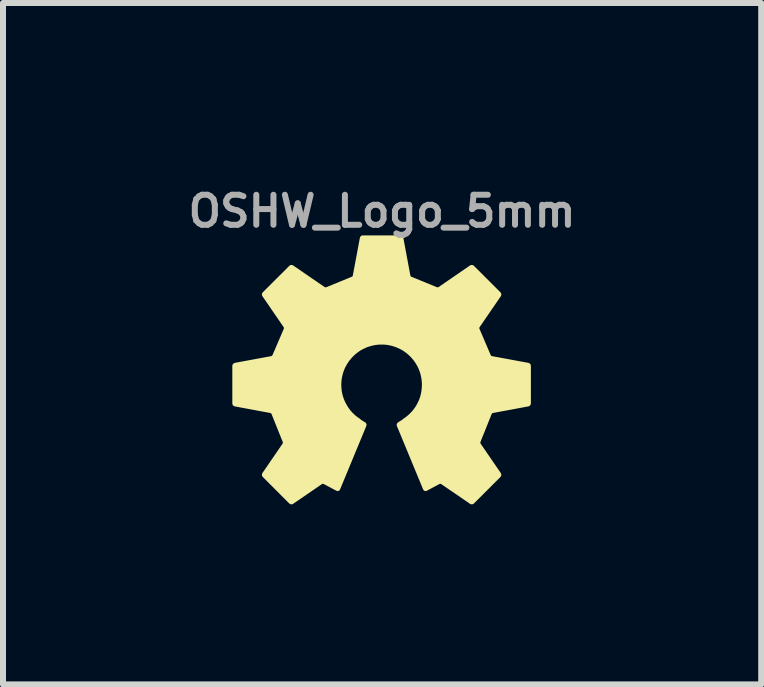
<source format=kicad_pcb>
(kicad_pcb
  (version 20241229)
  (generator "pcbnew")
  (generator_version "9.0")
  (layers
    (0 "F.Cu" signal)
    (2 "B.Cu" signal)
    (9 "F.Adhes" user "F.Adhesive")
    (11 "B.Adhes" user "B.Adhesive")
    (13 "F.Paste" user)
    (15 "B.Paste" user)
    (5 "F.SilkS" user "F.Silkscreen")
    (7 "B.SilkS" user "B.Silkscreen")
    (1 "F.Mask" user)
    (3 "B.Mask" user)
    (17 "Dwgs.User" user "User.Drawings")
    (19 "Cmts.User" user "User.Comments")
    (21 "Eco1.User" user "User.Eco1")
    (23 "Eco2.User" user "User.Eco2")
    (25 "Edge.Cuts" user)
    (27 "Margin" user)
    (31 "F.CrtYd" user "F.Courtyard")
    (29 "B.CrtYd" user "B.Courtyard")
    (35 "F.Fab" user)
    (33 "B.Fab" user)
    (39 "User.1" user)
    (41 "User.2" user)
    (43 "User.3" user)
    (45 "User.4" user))
  (footprint "OSHW_Logo_5mm"
    (layer "F.Cu")
    (at 3.314 3.368)
    (property "Reference" "OSHW_Logo_5mm" (at 0 -2.9 0) (layer "F.Fab") (effects (font (size 0.5 0.5) (thickness 0.1))))
    (attr board_only exclude_from_pos_files exclude_from_bom)
    (fp_poly (pts (xy 0.305 -2.479) (xy 0.307 -2.479) (xy 0.308 -2.479) (xy 0.31 -2.479) (xy 0.311 -2.478) (xy 0.312 -2.478) (xy 0.314 -2.478) (xy 0.315 -2.477) (xy 0.316 -2.477) (xy 0.318 -2.476) (xy 0.319 -2.475) (xy 0.32 -2.475) (xy 0.321 -2.474) (xy 0.323 -2.473) (xy 0.324 -2.472) (xy 0.325 -2.471) (xy 0.326 -2.47) (xy 0.327 -2.469) (xy 0.328 -2.468) (xy 0.329 -2.467) (xy 0.33 -2.466) (xy 0.331 -2.465) (xy 0.332 -2.464) (xy 0.332 -2.463) (xy 0.333 -2.462) (xy 0.334 -2.46) (xy 0.334 -2.459) (xy 0.335 -2.458) (xy 0.335 -2.456) (xy 0.336 -2.455) (xy 0.336 -2.454) (xy 0.336 -2.452) (xy 0.453 -1.826) (xy 0.453 -1.824) (xy 0.454 -1.823) (xy 0.455 -1.82) (xy 0.456 -1.817) (xy 0.457 -1.814) (xy 0.459 -1.812) (xy 0.46 -1.809) (xy 0.462 -1.806) (xy 0.464 -1.804) (xy 0.466 -1.802) (xy 0.469 -1.799) (xy 0.471 -1.797) (xy 0.474 -1.795) (xy 0.476 -1.794) (xy 0.479 -1.792) (xy 0.48 -1.792) (xy 0.481 -1.791) (xy 0.483 -1.791) (xy 0.484 -1.79) (xy 0.904 -1.618) (xy 0.907 -1.617) (xy 0.91 -1.616) (xy 0.912 -1.615) (xy 0.915 -1.615) (xy 0.919 -1.614) (xy 0.922 -1.614) (xy 0.925 -1.614) (xy 0.928 -1.614) (xy 0.931 -1.614) (xy 0.934 -1.615) (xy 0.938 -1.616) (xy 0.941 -1.616) (xy 0.943 -1.617) (xy 0.946 -1.619) (xy 0.949 -1.62) (xy 0.951 -1.621) (xy 1.475 -1.981) (xy 1.476 -1.982) (xy 1.477 -1.982) (xy 1.479 -1.983) (xy 1.48 -1.984) (xy 1.481 -1.984) (xy 1.483 -1.985) (xy 1.484 -1.985) (xy 1.485 -1.985) (xy 1.487 -1.986) (xy 1.488 -1.986) (xy 1.491 -1.986) (xy 1.494 -1.986) (xy 1.497 -1.986) (xy 1.499 -1.986) (xy 1.502 -1.985) (xy 1.505 -1.984) (xy 1.506 -1.984) (xy 1.508 -1.983) (xy 1.509 -1.983) (xy 1.51 -1.982) (xy 1.511 -1.981) (xy 1.512 -1.981) (xy 1.514 -1.98) (xy 1.515 -1.979) (xy 1.516 -1.978) (xy 1.517 -1.977) (xy 1.958 -1.536) (xy 1.959 -1.535) (xy 1.96 -1.534) (xy 1.961 -1.533) (xy 1.961 -1.532) (xy 1.962 -1.53) (xy 1.963 -1.529) (xy 1.964 -1.527) (xy 1.965 -1.524) (xy 1.966 -1.521) (xy 1.967 -1.518) (xy 1.967 -1.516) (xy 1.967 -1.513) (xy 1.967 -1.51) (xy 1.967 -1.507) (xy 1.966 -1.504) (xy 1.965 -1.502) (xy 1.965 -1.5) (xy 1.964 -1.499) (xy 1.964 -1.498) (xy 1.963 -1.496) (xy 1.963 -1.495) (xy 1.962 -1.494) (xy 1.609 -0.979) (xy 1.607 -0.977) (xy 1.606 -0.974) (xy 1.605 -0.972) (xy 1.604 -0.969) (xy 1.603 -0.966) (xy 1.602 -0.963) (xy 1.602 -0.959) (xy 1.601 -0.956) (xy 1.601 -0.953) (xy 1.601 -0.95) (xy 1.602 -0.947) (xy 1.602 -0.944) (xy 1.603 -0.941) (xy 1.603 -0.938) (xy 1.604 -0.935) (xy 1.606 -0.932) (xy 1.791 -0.499) (xy 1.793 -0.496) (xy 1.794 -0.494) (xy 1.795 -0.491) (xy 1.797 -0.489) (xy 1.799 -0.486) (xy 1.801 -0.484) (xy 1.803 -0.481) (xy 1.806 -0.479) (xy 1.808 -0.477) (xy 1.811 -0.475) (xy 1.813 -0.474) (xy 1.816 -0.472) (xy 1.819 -0.471) (xy 1.822 -0.47) (xy 1.825 -0.469) (xy 1.827 -0.468) (xy 2.433 -0.356) (xy 2.433 -0.356) (xy 2.435 -0.355) (xy 2.436 -0.355) (xy 2.437 -0.354) (xy 2.439 -0.354) (xy 2.44 -0.353) (xy 2.441 -0.353) (xy 2.443 -0.352) (xy 2.444 -0.351) (xy 2.446 -0.35) (xy 2.448 -0.348) (xy 2.45 -0.346) (xy 2.452 -0.344) (xy 2.454 -0.342) (xy 2.456 -0.339) (xy 2.457 -0.337) (xy 2.458 -0.335) (xy 2.458 -0.334) (xy 2.459 -0.333) (xy 2.459 -0.331) (xy 2.459 -0.33) (xy 2.46 -0.329) (xy 2.46 -0.327) (xy 2.46 -0.326) (xy 2.46 -0.325) (xy 2.46 -0.323) (xy 2.46 0.301) (xy 2.46 0.302) (xy 2.46 0.303) (xy 2.46 0.305) (xy 2.46 0.306) (xy 2.459 0.308) (xy 2.459 0.309) (xy 2.458 0.31) (xy 2.458 0.312) (xy 2.457 0.313) (xy 2.457 0.314) (xy 2.456 0.316) (xy 2.456 0.317) (xy 2.455 0.318) (xy 2.454 0.319) (xy 2.453 0.32) (xy 2.452 0.321) (xy 2.451 0.323) (xy 2.45 0.324) (xy 2.449 0.325) (xy 2.448 0.326) (xy 2.447 0.327) (xy 2.446 0.327) (xy 2.445 0.328) (xy 2.444 0.329) (xy 2.442 0.33) (xy 2.441 0.33) (xy 2.44 0.331) (xy 2.439 0.332) (xy 2.437 0.332) (xy 2.436 0.332) (xy 2.435 0.333) (xy 2.433 0.333) (xy 1.842 0.443) (xy 1.841 0.443) (xy 1.839 0.444) (xy 1.838 0.444) (xy 1.837 0.445) (xy 1.834 0.446) (xy 1.831 0.447) (xy 1.828 0.449) (xy 1.826 0.45) (xy 1.823 0.452) (xy 1.821 0.454) (xy 1.818 0.456) (xy 1.816 0.459) (xy 1.814 0.461) (xy 1.812 0.464) (xy 1.811 0.466) (xy 1.809 0.469) (xy 1.808 0.471) (xy 1.807 0.473) (xy 1.807 0.474) (xy 1.622 0.935) (xy 1.621 0.938) (xy 1.62 0.941) (xy 1.62 0.943) (xy 1.619 0.946) (xy 1.619 0.95) (xy 1.618 0.953) (xy 1.618 0.956) (xy 1.619 0.959) (xy 1.619 0.962) (xy 1.619 0.965) (xy 1.62 0.969) (xy 1.621 0.972) (xy 1.622 0.974) (xy 1.623 0.977) (xy 1.624 0.98) (xy 1.626 0.982) (xy 1.962 1.472) (xy 1.963 1.473) (xy 1.963 1.474) (xy 1.964 1.475) (xy 1.964 1.477) (xy 1.965 1.478) (xy 1.965 1.479) (xy 1.966 1.481) (xy 1.966 1.482) (xy 1.967 1.483) (xy 1.967 1.485) (xy 1.967 1.488) (xy 1.967 1.49) (xy 1.967 1.493) (xy 1.967 1.496) (xy 1.966 1.499) (xy 1.965 1.502) (xy 1.965 1.503) (xy 1.964 1.504) (xy 1.964 1.506) (xy 1.963 1.507) (xy 1.962 1.508) (xy 1.961 1.509) (xy 1.961 1.51) (xy 1.96 1.511) (xy 1.959 1.513) (xy 1.958 1.514) (xy 1.517 1.955) (xy 1.516 1.956) (xy 1.515 1.956) (xy 1.514 1.957) (xy 1.512 1.958) (xy 1.511 1.959) (xy 1.51 1.96) (xy 1.507 1.961) (xy 1.505 1.962) (xy 1.502 1.963) (xy 1.499 1.963) (xy 1.497 1.964) (xy 1.494 1.964) (xy 1.491 1.964) (xy 1.488 1.963) (xy 1.485 1.963) (xy 1.482 1.962) (xy 1.481 1.962) (xy 1.48 1.961) (xy 1.479 1.961) (xy 1.477 1.96) (xy 1.476 1.959) (xy 1.475 1.958) (xy 0.994 1.629) (xy 0.992 1.627) (xy 0.989 1.626) (xy 0.986 1.625) (xy 0.984 1.624) (xy 0.981 1.623) (xy 0.978 1.622) (xy 0.974 1.622) (xy 0.971 1.622) (xy 0.968 1.622) (xy 0.965 1.622) (xy 0.962 1.622) (xy 0.959 1.623) (xy 0.956 1.624) (xy 0.953 1.624) (xy 0.951 1.626) (xy 0.948 1.627) (xy 0.736 1.74) (xy 0.735 1.741) (xy 0.734 1.741) (xy 0.732 1.742) (xy 0.731 1.742) (xy 0.73 1.742) (xy 0.728 1.743) (xy 0.727 1.743) (xy 0.726 1.743) (xy 0.725 1.743) (xy 0.723 1.743) (xy 0.722 1.743) (xy 0.721 1.743) (xy 0.719 1.742) (xy 0.718 1.742) (xy 0.717 1.742) (xy 0.716 1.741) (xy 0.715 1.741) (xy 0.713 1.74) (xy 0.712 1.74) (xy 0.711 1.739) (xy 0.71 1.739) (xy 0.709 1.738) (xy 0.708 1.737) (xy 0.707 1.736) (xy 0.706 1.735) (xy 0.705 1.734) (xy 0.705 1.733) (xy 0.704 1.732) (xy 0.703 1.731) (xy 0.702 1.73) (xy 0.702 1.729) (xy 0.701 1.727) (xy 0.264 0.671) (xy 0.264 0.67) (xy 0.263 0.668) (xy 0.263 0.667) (xy 0.263 0.666) (xy 0.262 0.664) (xy 0.262 0.663) (xy 0.262 0.662) (xy 0.262 0.66) (xy 0.262 0.659) (xy 0.262 0.657) (xy 0.262 0.656) (xy 0.262 0.655) (xy 0.263 0.653) (xy 0.263 0.652) (xy 0.263 0.65) (xy 0.264 0.649) (xy 0.264 0.648) (xy 0.265 0.646) (xy 0.265 0.645) (xy 0.266 0.644) (xy 0.267 0.643) (xy 0.267 0.641) (xy 0.268 0.64) (xy 0.269 0.639) (xy 0.27 0.638) (xy 0.271 0.637) (xy 0.272 0.636) (xy 0.273 0.635) (xy 0.274 0.634) (xy 0.275 0.633) (xy 0.276 0.632) (xy 0.277 0.632) (xy 0.33 0.599) (xy 0.334 0.597) (xy 0.338 0.594) (xy 0.342 0.591) (xy 0.347 0.588) (xy 0.351 0.584) (xy 0.355 0.581) (xy 0.36 0.577) (xy 0.364 0.573) (xy 0.399 0.549) (xy 0.432 0.523) (xy 0.464 0.495) (xy 0.494 0.465) (xy 0.522 0.434) (xy 0.548 0.4) (xy 0.573 0.365) (xy 0.595 0.328) (xy 0.614 0.29) (xy 0.632 0.251) (xy 0.647 0.211) (xy 0.659 0.169) (xy 0.669 0.126) (xy 0.676 0.082) (xy 0.68 0.038) (xy 0.682 -0.008) (xy 0.681 -0.043) (xy 0.678 -0.078) (xy 0.674 -0.113) (xy 0.668 -0.147) (xy 0.66 -0.18) (xy 0.651 -0.213) (xy 0.64 -0.245) (xy 0.628 -0.276) (xy 0.614 -0.307) (xy 0.599 -0.336) (xy 0.582 -0.365) (xy 0.564 -0.393) (xy 0.545 -0.42) (xy 0.524 -0.446) (xy 0.503 -0.471) (xy 0.48 -0.495) (xy 0.456 -0.518) (xy 0.431 -0.54) (xy 0.405 -0.56) (xy 0.378 -0.58) (xy 0.35 -0.598) (xy 0.321 -0.614) (xy 0.291 -0.629) (xy 0.261 -0.643) (xy 0.229 -0.656) (xy 0.197 -0.666) (xy 0.165 -0.676) (xy 0.131 -0.683) (xy 0.097 -0.69) (xy 0.063 -0.694) (xy 0.028 -0.697) (xy -0.008 -0.697) (xy -0.043 -0.697) (xy -0.078 -0.694) (xy -0.113 -0.69) (xy -0.147 -0.683) (xy -0.18 -0.676) (xy -0.213 -0.666) (xy -0.245 -0.656) (xy -0.276 -0.643) (xy -0.307 -0.629) (xy -0.337 -0.614) (xy -0.366 -0.598) (xy -0.394 -0.58) (xy -0.421 -0.56) (xy -0.447 -0.54) (xy -0.472 -0.518) (xy -0.496 -0.495) (xy -0.519 -0.471) (xy -0.54 -0.446) (xy -0.561 -0.42) (xy -0.58 -0.393) (xy -0.598 -0.365) (xy -0.614 -0.336) (xy -0.63 -0.307) (xy -0.644 -0.276) (xy -0.656 -0.245) (xy -0.667 -0.213) (xy -0.676 -0.18) (xy -0.684 -0.147) (xy -0.69 -0.113) (xy -0.694 -0.078) (xy -0.697 -0.043) (xy -0.698 -0.008) (xy -0.697 0.015) (xy -0.696 0.038) (xy -0.694 0.06) (xy -0.692 0.082) (xy -0.689 0.104) (xy -0.685 0.126) (xy -0.68 0.148) (xy -0.675 0.169) (xy -0.669 0.19) (xy -0.662 0.211) (xy -0.655 0.231) (xy -0.647 0.251) (xy -0.639 0.271) (xy -0.63 0.29) (xy -0.61 0.328) (xy -0.588 0.365) (xy -0.564 0.4) (xy -0.538 0.434) (xy -0.51 0.465) (xy -0.48 0.495) (xy -0.448 0.523) (xy -0.414 0.549) (xy -0.379 0.573) (xy -0.375 0.577) (xy -0.371 0.581) (xy -0.367 0.584) (xy -0.362 0.588) (xy -0.358 0.591) (xy -0.354 0.594) (xy -0.35 0.597) (xy -0.346 0.599) (xy -0.293 0.632) (xy -0.292 0.632) (xy -0.29 0.633) (xy -0.289 0.634) (xy -0.288 0.635) (xy -0.287 0.636) (xy -0.286 0.637) (xy -0.285 0.639) (xy -0.283 0.641) (xy -0.282 0.644) (xy -0.28 0.646) (xy -0.279 0.649) (xy -0.279 0.652) (xy -0.278 0.655) (xy -0.278 0.657) (xy -0.278 0.66) (xy -0.278 0.663) (xy -0.278 0.664) (xy -0.278 0.666) (xy -0.279 0.667) (xy -0.279 0.668) (xy -0.279 0.67) (xy -0.28 0.671) (xy -0.717 1.727) (xy -0.718 1.729) (xy -0.718 1.73) (xy -0.719 1.731) (xy -0.72 1.732) (xy -0.72 1.733) (xy -0.721 1.734) (xy -0.722 1.735) (xy -0.723 1.736) (xy -0.724 1.737) (xy -0.725 1.738) (xy -0.726 1.739) (xy -0.727 1.739) (xy -0.728 1.74) (xy -0.729 1.74) (xy -0.73 1.741) (xy -0.732 1.741) (xy -0.733 1.742) (xy -0.734 1.742) (xy -0.735 1.742) (xy -0.736 1.743) (xy -0.738 1.743) (xy -0.739 1.743) (xy -0.74 1.743) (xy -0.742 1.743) (xy -0.743 1.743) (xy -0.744 1.743) (xy -0.745 1.742) (xy -0.747 1.742) (xy -0.748 1.742) (xy -0.749 1.741) (xy -0.751 1.741) (xy -0.752 1.74) (xy -0.964 1.627) (xy -0.966 1.626) (xy -0.969 1.624) (xy -0.972 1.624) (xy -0.975 1.623) (xy -0.978 1.622) (xy -0.981 1.622) (xy -0.984 1.622) (xy -0.987 1.622) (xy -0.99 1.622) (xy -0.993 1.622) (xy -0.996 1.623) (xy -0.999 1.624) (xy -1.002 1.625) (xy -1.005 1.626) (xy -1.008 1.627) (xy -1.01 1.628) (xy -1.491 1.958) (xy -1.492 1.959) (xy -1.493 1.96) (xy -1.494 1.961) (xy -1.496 1.961) (xy -1.497 1.962) (xy -1.498 1.962) (xy -1.5 1.963) (xy -1.501 1.963) (xy -1.502 1.963) (xy -1.504 1.963) (xy -1.507 1.964) (xy -1.509 1.964) (xy -1.512 1.964) (xy -1.515 1.963) (xy -1.518 1.963) (xy -1.521 1.962) (xy -1.522 1.961) (xy -1.523 1.961) (xy -1.525 1.96) (xy -1.526 1.96) (xy -1.527 1.959) (xy -1.528 1.958) (xy -1.529 1.957) (xy -1.53 1.956) (xy -1.532 1.956) (xy -1.533 1.955) (xy -1.974 1.513) (xy -1.975 1.512) (xy -1.976 1.511) (xy -1.976 1.51) (xy -1.977 1.509) (xy -1.978 1.508) (xy -1.979 1.507) (xy -1.98 1.504) (xy -1.981 1.502) (xy -1.982 1.499) (xy -1.982 1.496) (xy -1.983 1.493) (xy -1.983 1.49) (xy -1.983 1.487) (xy -1.983 1.485) (xy -1.982 1.482) (xy -1.981 1.479) (xy -1.981 1.478) (xy -1.98 1.476) (xy -1.98 1.475) (xy -1.979 1.474) (xy -1.978 1.473) (xy -1.978 1.472) (xy -1.642 0.982) (xy -1.64 0.98) (xy -1.639 0.977) (xy -1.638 0.974) (xy -1.637 0.972) (xy -1.636 0.969) (xy -1.635 0.965) (xy -1.635 0.962) (xy -1.634 0.959) (xy -1.634 0.956) (xy -1.634 0.953) (xy -1.634 0.95) (xy -1.635 0.946) (xy -1.635 0.943) (xy -1.636 0.941) (xy -1.637 0.938) (xy -1.638 0.935) (xy -1.823 0.474) (xy -1.823 0.473) (xy -1.824 0.471) (xy -1.825 0.469) (xy -1.826 0.466) (xy -1.828 0.464) (xy -1.83 0.461) (xy -1.832 0.459) (xy -1.834 0.456) (xy -1.836 0.454) (xy -1.839 0.452) (xy -1.841 0.45) (xy -1.844 0.449) (xy -1.847 0.447) (xy -1.85 0.446) (xy -1.852 0.445) (xy -1.855 0.444) (xy -1.857 0.443) (xy -1.858 0.443) (xy -2.449 0.333) (xy -2.45 0.333) (xy -2.452 0.332) (xy -2.453 0.332) (xy -2.454 0.331) (xy -2.456 0.331) (xy -2.457 0.33) (xy -2.458 0.33) (xy -2.46 0.329) (xy -2.461 0.328) (xy -2.462 0.327) (xy -2.464 0.326) (xy -2.466 0.324) (xy -2.468 0.321) (xy -2.47 0.319) (xy -2.471 0.317) (xy -2.473 0.314) (xy -2.474 0.312) (xy -2.474 0.31) (xy -2.475 0.309) (xy -2.475 0.308) (xy -2.475 0.306) (xy -2.476 0.305) (xy -2.476 0.303) (xy -2.476 0.302) (xy -2.476 0.301) (xy -2.476 -0.323) (xy -2.476 -0.325) (xy -2.476 -0.326) (xy -2.476 -0.327) (xy -2.475 -0.329) (xy -2.475 -0.33) (xy -2.475 -0.331) (xy -2.474 -0.333) (xy -2.474 -0.334) (xy -2.473 -0.335) (xy -2.473 -0.337) (xy -2.472 -0.338) (xy -2.471 -0.339) (xy -2.471 -0.34) (xy -2.47 -0.342) (xy -2.469 -0.343) (xy -2.468 -0.344) (xy -2.467 -0.345) (xy -2.466 -0.346) (xy -2.465 -0.347) (xy -2.464 -0.348) (xy -2.463 -0.349) (xy -2.462 -0.35) (xy -2.461 -0.351) (xy -2.46 -0.351) (xy -2.458 -0.352) (xy -2.457 -0.353) (xy -2.456 -0.353) (xy -2.455 -0.354) (xy -2.453 -0.354) (xy -2.452 -0.355) (xy -2.45 -0.355) (xy -2.449 -0.356) (xy -1.843 -0.468) (xy -1.842 -0.469) (xy -1.84 -0.469) (xy -1.837 -0.47) (xy -1.835 -0.471) (xy -1.832 -0.472) (xy -1.829 -0.474) (xy -1.827 -0.475) (xy -1.824 -0.477) (xy -1.821 -0.479) (xy -1.819 -0.481) (xy -1.817 -0.484) (xy -1.815 -0.486) (xy -1.813 -0.489) (xy -1.811 -0.491) (xy -1.81 -0.494) (xy -1.808 -0.496) (xy -1.808 -0.498) (xy -1.807 -0.499) (xy -1.621 -0.932) (xy -1.62 -0.935) (xy -1.619 -0.938) (xy -1.618 -0.941) (xy -1.618 -0.944) (xy -1.617 -0.947) (xy -1.617 -0.95) (xy -1.617 -0.953) (xy -1.617 -0.956) (xy -1.617 -0.959) (xy -1.618 -0.963) (xy -1.618 -0.966) (xy -1.619 -0.969) (xy -1.62 -0.972) (xy -1.621 -0.974) (xy -1.623 -0.977) (xy -1.624 -0.979) (xy -1.977 -1.494) (xy -1.978 -1.495) (xy -1.979 -1.496) (xy -1.98 -1.498) (xy -1.98 -1.499) (xy -1.981 -1.5) (xy -1.981 -1.502) (xy -1.982 -1.503) (xy -1.982 -1.504) (xy -1.982 -1.506) (xy -1.982 -1.507) (xy -1.983 -1.51) (xy -1.983 -1.513) (xy -1.983 -1.516) (xy -1.982 -1.518) (xy -1.982 -1.521) (xy -1.981 -1.524) (xy -1.98 -1.525) (xy -1.98 -1.527) (xy -1.979 -1.528) (xy -1.979 -1.529) (xy -1.978 -1.53) (xy -1.977 -1.532) (xy -1.976 -1.533) (xy -1.975 -1.534) (xy -1.975 -1.535) (xy -1.974 -1.536) (xy -1.532 -1.977) (xy -1.531 -1.978) (xy -1.53 -1.979) (xy -1.529 -1.98) (xy -1.528 -1.981) (xy -1.527 -1.981) (xy -1.526 -1.982) (xy -1.523 -1.983) (xy -1.521 -1.984) (xy -1.518 -1.985) (xy -1.515 -1.986) (xy -1.512 -1.986) (xy -1.509 -1.986) (xy -1.507 -1.986) (xy -1.504 -1.986) (xy -1.501 -1.985) (xy -1.498 -1.985) (xy -1.497 -1.984) (xy -1.496 -1.984) (xy -1.494 -1.983) (xy -1.493 -1.982) (xy -1.492 -1.982) (xy -1.491 -1.981) (xy -0.967 -1.621) (xy -0.965 -1.62) (xy -0.962 -1.619) (xy -0.959 -1.617) (xy -0.956 -1.616) (xy -0.953 -1.616) (xy -0.95 -1.615) (xy -0.947 -1.614) (xy -0.944 -1.614) (xy -0.941 -1.614) (xy -0.937 -1.614) (xy -0.934 -1.614) (xy -0.931 -1.615) (xy -0.928 -1.615) (xy -0.925 -1.616) (xy -0.922 -1.617) (xy -0.92 -1.618) (xy -0.5 -1.79) (xy -0.497 -1.791) (xy -0.494 -1.792) (xy -0.492 -1.794) (xy -0.489 -1.795) (xy -0.487 -1.797) (xy -0.484 -1.799) (xy -0.482 -1.802) (xy -0.48 -1.804) (xy -0.478 -1.806) (xy -0.476 -1.809) (xy -0.474 -1.812) (xy -0.473 -1.814) (xy -0.471 -1.817) (xy -0.47 -1.82) (xy -0.469 -1.823) (xy -0.469 -1.826) (xy -0.352 -2.452) (xy -0.352 -2.454) (xy -0.351 -2.455) (xy -0.351 -2.456) (xy -0.35 -2.458) (xy -0.35 -2.459) (xy -0.349 -2.46) (xy -0.349 -2.462) (xy -0.348 -2.463) (xy -0.347 -2.464) (xy -0.346 -2.465) (xy -0.345 -2.467) (xy -0.343 -2.469) (xy -0.341 -2.471) (xy -0.338 -2.473) (xy -0.336 -2.475) (xy -0.333 -2.476) (xy -0.332 -2.477) (xy -0.331 -2.477) (xy -0.329 -2.478) (xy -0.328 -2.478) (xy -0.327 -2.478) (xy -0.325 -2.479) (xy -0.324 -2.479) (xy -0.323 -2.479) (xy -0.321 -2.479) (xy -0.32 -2.479) (xy 0.304 -2.479)) (stroke (width 0.037) (type solid)) (fill yes) (layer "F.SilkS")))
  (gr_rect
    (start -3 -3)
    (end 9.629 8.35)
    (stroke (width 0.1) (type default))
    (fill no)
    (layer "Edge.Cuts")))
</source>
